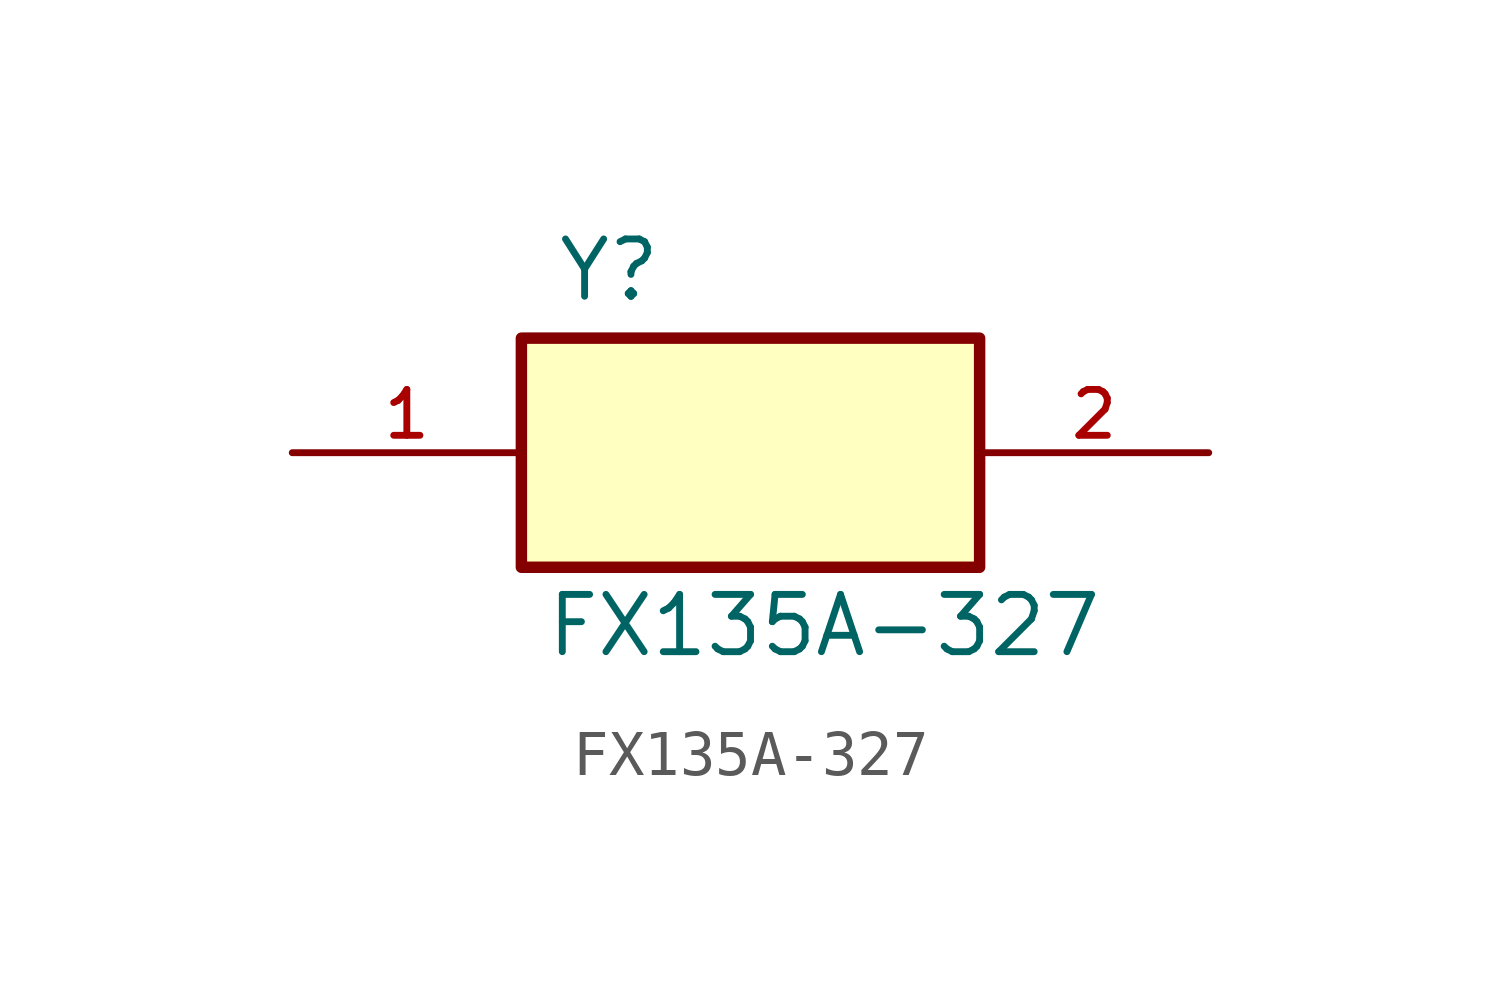
<source format=kicad_sym>
(kicad_symbol_lib
  (version 20211014)
  (generator kicad_symbol_editor)
  (symbol "FX135A-327"
    (pin_names
      (offset 1.016))
    (property "Reference" "Y"
      (at -4.323 3.306 0)
      (effects (font (size 1.27 1.27)) (justify bottom left)))
    (property "Value" "FX135A-327"
      (at -4.575 -4.575 0)
      (effects (font (size 1.27 1.27)) (justify bottom left)))
    (symbol "FX135A-327_0_0"
      (rectangle (start -5.08 -2.54) (end 5.08 2.54) (stroke (width 0.254)) (fill (type background)))
      (pin passive line (at -10.16 0.0 0) (length 5.08) (name "~" (effects (font (size 1.016 1.016)))) (number "1" (effects (font (size 1.016 1.016)))))
      (pin passive line (at 10.16 0.0 180.0) (length 5.08) (name "~" (effects (font (size 1.016 1.016)))) (number "2" (effects (font (size 1.016 1.016))))))))
</source>
